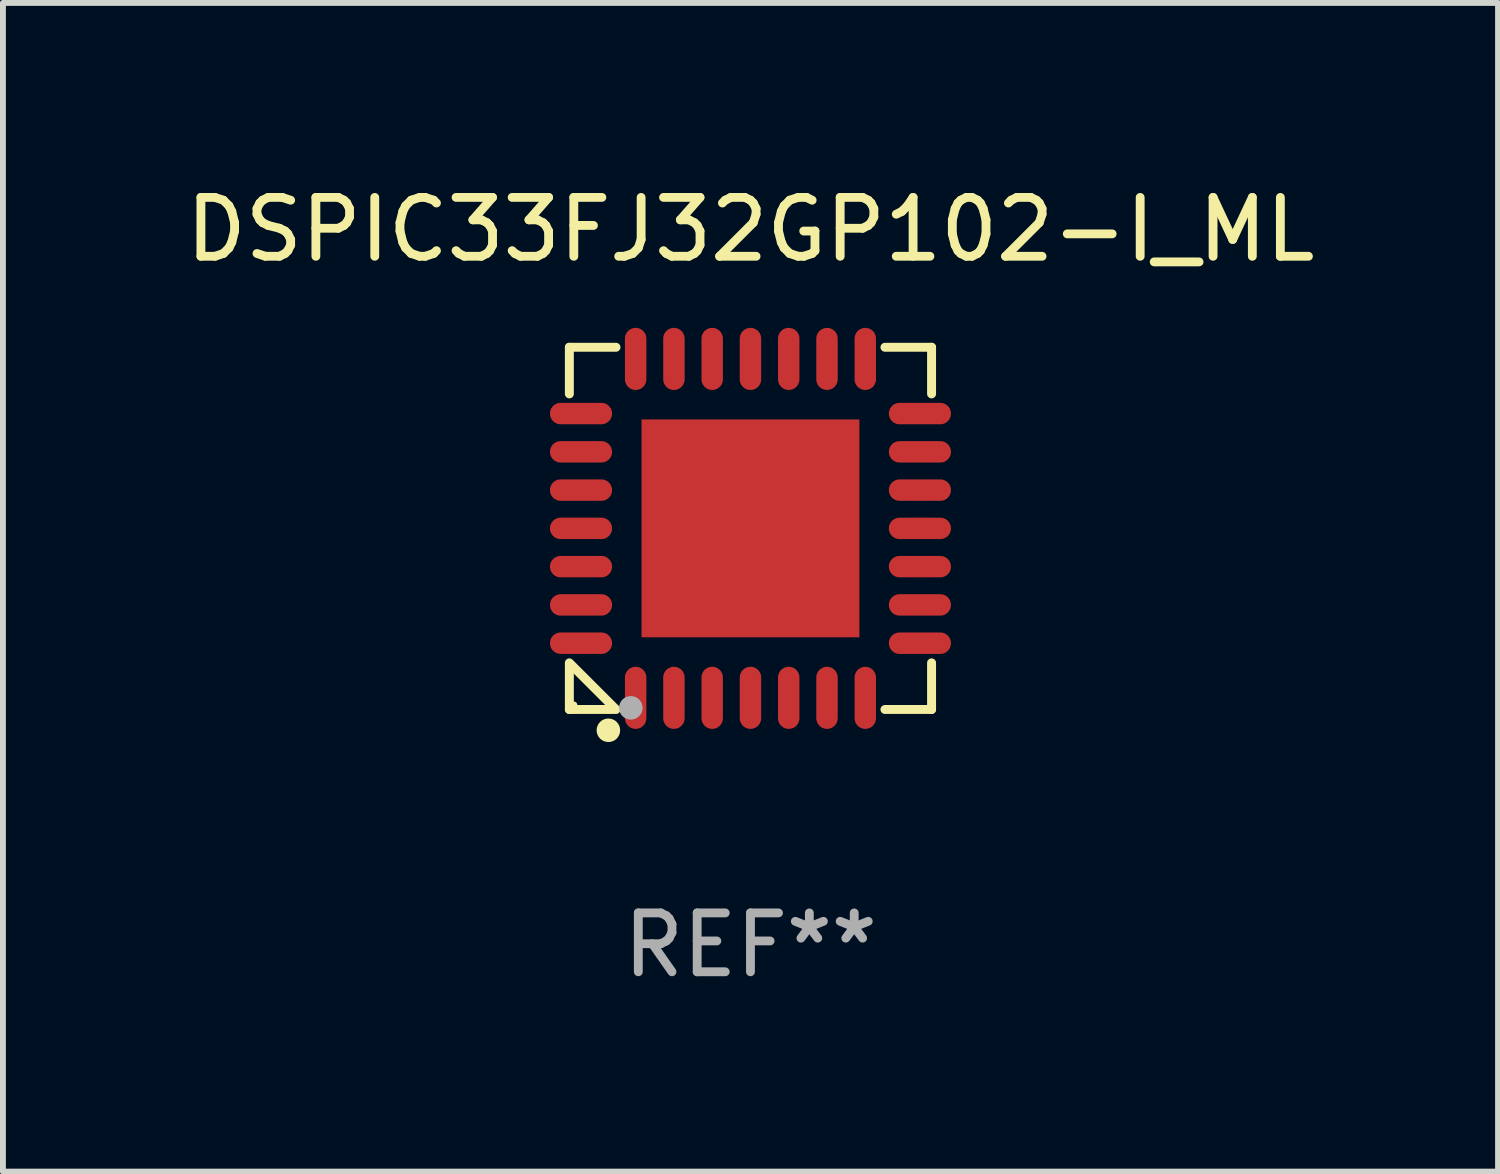
<source format=kicad_pcb>
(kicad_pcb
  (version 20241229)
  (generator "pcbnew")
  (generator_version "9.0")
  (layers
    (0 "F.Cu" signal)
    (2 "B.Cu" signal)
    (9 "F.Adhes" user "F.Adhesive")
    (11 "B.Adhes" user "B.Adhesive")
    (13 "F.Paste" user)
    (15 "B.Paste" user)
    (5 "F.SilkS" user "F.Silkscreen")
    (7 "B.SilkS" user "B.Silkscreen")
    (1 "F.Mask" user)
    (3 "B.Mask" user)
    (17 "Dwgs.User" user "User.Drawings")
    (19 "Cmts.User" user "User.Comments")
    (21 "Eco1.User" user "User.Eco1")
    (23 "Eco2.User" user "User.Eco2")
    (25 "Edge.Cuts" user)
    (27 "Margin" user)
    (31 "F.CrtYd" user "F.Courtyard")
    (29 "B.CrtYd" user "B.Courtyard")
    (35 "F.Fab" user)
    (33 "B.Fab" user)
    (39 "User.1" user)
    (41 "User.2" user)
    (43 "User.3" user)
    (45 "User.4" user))
  (footprint "DSPIC33FJ32GP102-I_ML"
    (layer "F.Cu")
    (at 9.696 5.924)
    (property "Reference" "DSPIC33FJ32GP102-I_ML" (at 0 -5.076 0) (layer "F.SilkS") (effects (font (size 1 1) (thickness 0.15))))
    (attr through_hole)
    (fp_line (start -3.076 -3.076) (end -3.076 -2.284) (stroke (width 0.152) (type solid)) (layer "F.SilkS"))
    (fp_line (start -3.076 3.076) (end -3.076 2.284) (stroke (width 0.152) (type solid)) (layer "F.SilkS"))
    (fp_line (start -3.049 2.311) (end -2.311 3.049) (stroke (width 0.152) (type solid)) (layer "F.SilkS"))
    (fp_line (start -2.284 -3.076) (end -3.076 -3.076) (stroke (width 0.152) (type solid)) (layer "F.SilkS"))
    (fp_line (start -2.284 3.076) (end -3.076 3.076) (stroke (width 0.152) (type solid)) (layer "F.SilkS"))
    (fp_line (start 2.284 -3.076) (end 3.076 -3.076) (stroke (width 0.152) (type solid)) (layer "F.SilkS"))
    (fp_line (start 2.284 3.076) (end 3.076 3.076) (stroke (width 0.152) (type solid)) (layer "F.SilkS"))
    (fp_line (start 3.076 -3.076) (end 3.076 -2.284) (stroke (width 0.152) (type solid)) (layer "F.SilkS"))
    (fp_line (start 3.076 3.076) (end 3.076 2.284) (stroke (width 0.152) (type solid)) (layer "F.SilkS"))
    (fp_circle (center -3 3) (end -2.97 3) (stroke (width 0.06) (type solid)) (fill no) (layer "F.SilkS"))
    (fp_circle (center -2.413 3.429) (end -2.313 3.429) (stroke (width 0.2) (type solid)) (fill no) (layer "F.SilkS"))
    (fp_circle (center -2.032 3.048) (end -1.932 3.048) (stroke (width 0.2) (type solid)) (fill no) (layer "F.Fab"))
    (fp_text user "REF**" (at 0 7.076 0) (layer "F.Fab") (effects (font (size 1 1) (thickness 0.15))))
    (pad "1" smd oval (at -1.95 2.878) (size 0.364 1.055) (layers "F.Cu" "F.Mask" "F.Paste"))
    (pad "2" smd oval (at -1.3 2.878) (size 0.364 1.055) (layers "F.Cu" "F.Mask" "F.Paste"))
    (pad "3" smd oval (at -0.65 2.878) (size 0.364 1.055) (layers "F.Cu" "F.Mask" "F.Paste"))
    (pad "4" smd oval (at 0 2.878) (size 0.364 1.055) (layers "F.Cu" "F.Mask" "F.Paste"))
    (pad "5" smd oval (at 0.65 2.878) (size 0.364 1.055) (layers "F.Cu" "F.Mask" "F.Paste"))
    (pad "6" smd oval (at 1.3 2.878) (size 0.364 1.055) (layers "F.Cu" "F.Mask" "F.Paste"))
    (pad "7" smd oval (at 1.95 2.878) (size 0.364 1.055) (layers "F.Cu" "F.Mask" "F.Paste"))
    (pad "8" smd oval (at 2.878 1.95) (size 1.055 0.364) (layers "F.Cu" "F.Mask" "F.Paste"))
    (pad "9" smd oval (at 2.878 1.3) (size 1.055 0.364) (layers "F.Cu" "F.Mask" "F.Paste"))
    (pad "10" smd oval (at 2.878 0.65) (size 1.055 0.364) (layers "F.Cu" "F.Mask" "F.Paste"))
    (pad "11" smd oval (at 2.878 0) (size 1.055 0.364) (layers "F.Cu" "F.Mask" "F.Paste"))
    (pad "12" smd oval (at 2.878 -0.65) (size 1.055 0.364) (layers "F.Cu" "F.Mask" "F.Paste"))
    (pad "13" smd oval (at 2.878 -1.3) (size 1.055 0.364) (layers "F.Cu" "F.Mask" "F.Paste"))
    (pad "14" smd oval (at 2.878 -1.95) (size 1.055 0.364) (layers "F.Cu" "F.Mask" "F.Paste"))
    (pad "15" smd oval (at 1.95 -2.878) (size 0.364 1.055) (layers "F.Cu" "F.Mask" "F.Paste"))
    (pad "16" smd oval (at 1.3 -2.878) (size 0.364 1.055) (layers "F.Cu" "F.Mask" "F.Paste"))
    (pad "17" smd oval (at 0.65 -2.878) (size 0.364 1.055) (layers "F.Cu" "F.Mask" "F.Paste"))
    (pad "18" smd oval (at 0 -2.878) (size 0.364 1.055) (layers "F.Cu" "F.Mask" "F.Paste"))
    (pad "19" smd oval (at -0.65 -2.878) (size 0.364 1.055) (layers "F.Cu" "F.Mask" "F.Paste"))
    (pad "20" smd oval (at -1.3 -2.878) (size 0.364 1.055) (layers "F.Cu" "F.Mask" "F.Paste"))
    (pad "21" smd oval (at -1.95 -2.878) (size 0.364 1.055) (layers "F.Cu" "F.Mask" "F.Paste"))
    (pad "22" smd oval (at -2.878 -1.95) (size 1.055 0.364) (layers "F.Cu" "F.Mask" "F.Paste"))
    (pad "23" smd oval (at -2.878 -1.3) (size 1.055 0.364) (layers "F.Cu" "F.Mask" "F.Paste"))
    (pad "24" smd oval (at -2.878 -0.65) (size 1.055 0.364) (layers "F.Cu" "F.Mask" "F.Paste"))
    (pad "25" smd oval (at -2.878 0) (size 1.055 0.364) (layers "F.Cu" "F.Mask" "F.Paste"))
    (pad "26" smd oval (at -2.878 0.65) (size 1.055 0.364) (layers "F.Cu" "F.Mask" "F.Paste"))
    (pad "27" smd oval (at -2.878 1.3) (size 1.055 0.364) (layers "F.Cu" "F.Mask" "F.Paste"))
    (pad "28" smd oval (at -2.878 1.95) (size 1.055 0.364) (layers "F.Cu" "F.Mask" "F.Paste"))
    (pad "29" smd rect (at 0 0) (size 3.7 3.7) (layers "F.Cu" "F.Mask" "F.Paste")))
  (gr_rect
    (start -3 -3)
    (end 22.393 16.849)
    (stroke (width 0.1) (type default))
    (fill no)
    (layer "Edge.Cuts")))
</source>
